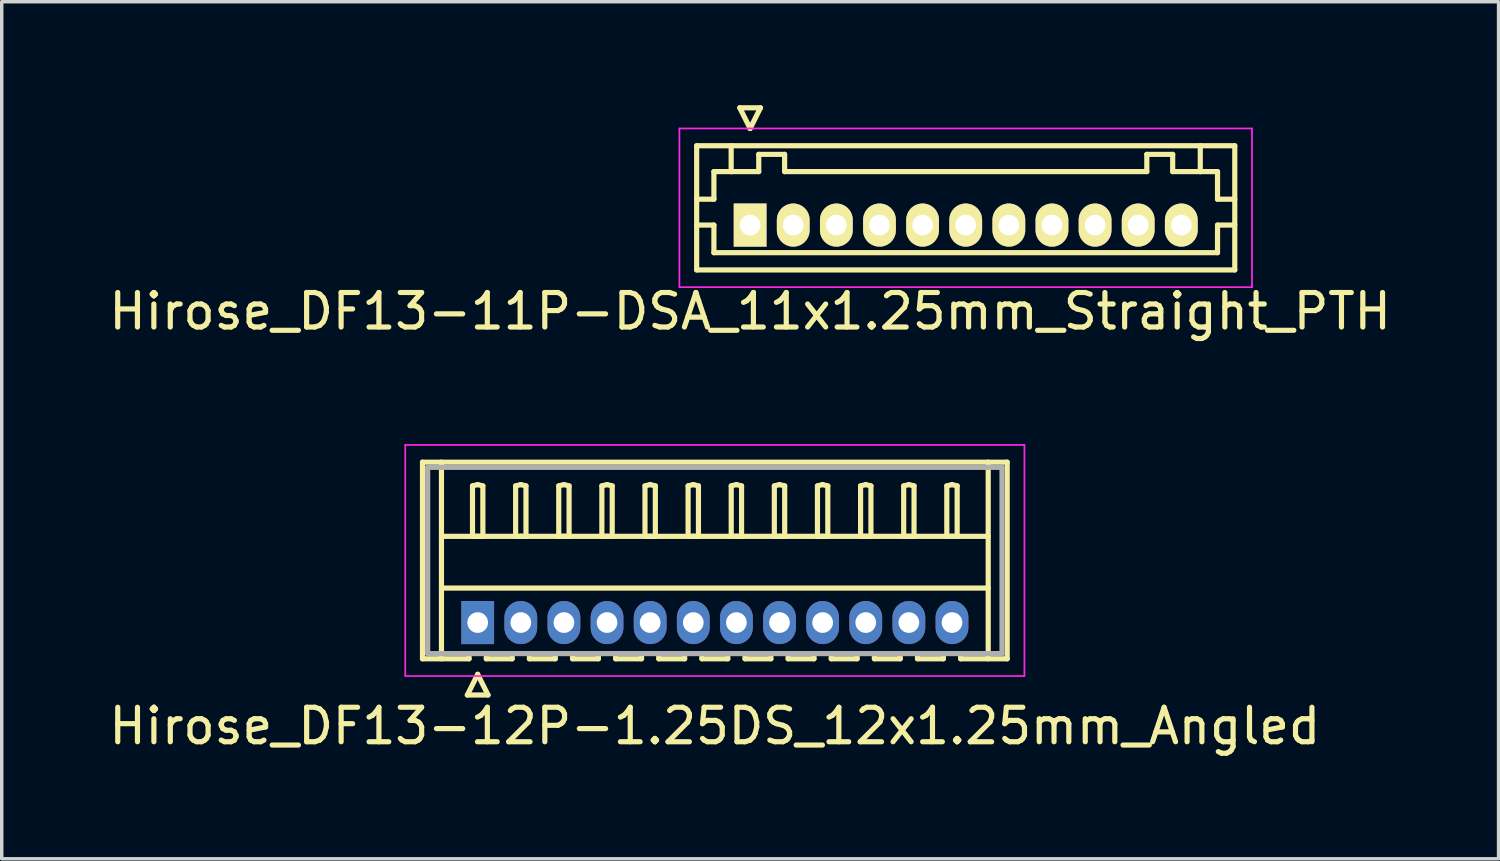
<source format=kicad_pcb>
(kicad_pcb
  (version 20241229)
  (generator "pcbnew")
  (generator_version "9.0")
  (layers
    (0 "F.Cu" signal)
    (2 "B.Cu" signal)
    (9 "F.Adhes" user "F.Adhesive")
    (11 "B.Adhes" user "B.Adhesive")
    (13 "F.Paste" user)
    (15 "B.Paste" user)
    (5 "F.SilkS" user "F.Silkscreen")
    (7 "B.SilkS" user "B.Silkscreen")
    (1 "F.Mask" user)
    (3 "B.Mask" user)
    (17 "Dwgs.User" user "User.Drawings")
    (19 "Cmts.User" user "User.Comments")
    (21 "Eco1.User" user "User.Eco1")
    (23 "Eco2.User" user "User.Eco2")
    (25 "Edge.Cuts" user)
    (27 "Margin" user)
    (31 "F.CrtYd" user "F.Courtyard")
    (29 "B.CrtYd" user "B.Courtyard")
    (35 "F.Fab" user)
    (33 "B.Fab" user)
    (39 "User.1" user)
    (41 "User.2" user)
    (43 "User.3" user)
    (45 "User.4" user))
  (footprint "Hirose_DF13-11P-DSA_11x1.25mm_Straight_PTH"
    (layer "F.Cu")
    (at 18.696 3.475)
    (property "Reference" "Hirose_DF13-11P-DSA_11x1.25mm_Straight_PTH" (at 0 2.5 0) (layer "F.SilkS") (effects (font (size 1 1) (thickness 0.15))))
    (attr through_hole)
    (fp_line (start -1.55 -2.3) (end -1.55 1.3) (stroke (width 0.15) (type solid)) (layer "F.SilkS"))
    (fp_line (start -1.55 -0.75) (end -1.05 -0.75) (stroke (width 0.15) (type solid)) (layer "F.SilkS"))
    (fp_line (start -1.55 0) (end -1.05 0) (stroke (width 0.15) (type solid)) (layer "F.SilkS"))
    (fp_line (start -1.55 1.3) (end 14.05 1.3) (stroke (width 0.15) (type solid)) (layer "F.SilkS"))
    (fp_line (start -1.05 -1.55) (end -0.55 -1.55) (stroke (width 0.15) (type solid)) (layer "F.SilkS"))
    (fp_line (start -1.05 -0.75) (end -1.05 -1.55) (stroke (width 0.15) (type solid)) (layer "F.SilkS"))
    (fp_line (start -1.05 0) (end -1.05 0.8) (stroke (width 0.15) (type solid)) (layer "F.SilkS"))
    (fp_line (start -1.05 0.8) (end 13.55 0.8) (stroke (width 0.15) (type solid)) (layer "F.SilkS"))
    (fp_line (start -0.55 -1.55) (end -0.55 -2.3) (stroke (width 0.15) (type solid)) (layer "F.SilkS"))
    (fp_line (start -0.55 -1.55) (end 0.25 -1.55) (stroke (width 0.15) (type solid)) (layer "F.SilkS"))
    (fp_line (start -0.3 -3.4) (end 0.3 -3.4) (stroke (width 0.15) (type solid)) (layer "F.SilkS"))
    (fp_line (start 0 -2.8) (end -0.3 -3.4) (stroke (width 0.15) (type solid)) (layer "F.SilkS"))
    (fp_line (start 0.25 -2.05) (end 1 -2.05) (stroke (width 0.15) (type solid)) (layer "F.SilkS"))
    (fp_line (start 0.25 -1.55) (end 0.25 -2.05) (stroke (width 0.15) (type solid)) (layer "F.SilkS"))
    (fp_line (start 0.3 -3.4) (end 0 -2.8) (stroke (width 0.15) (type solid)) (layer "F.SilkS"))
    (fp_line (start 1 -2.05) (end 1 -1.55) (stroke (width 0.15) (type solid)) (layer "F.SilkS"))
    (fp_line (start 1 -1.55) (end 11.5 -1.55) (stroke (width 0.15) (type solid)) (layer "F.SilkS"))
    (fp_line (start 11.5 -2.05) (end 12.25 -2.05) (stroke (width 0.15) (type solid)) (layer "F.SilkS"))
    (fp_line (start 11.5 -1.55) (end 11.5 -2.05) (stroke (width 0.15) (type solid)) (layer "F.SilkS"))
    (fp_line (start 12.25 -2.05) (end 12.25 -1.55) (stroke (width 0.15) (type solid)) (layer "F.SilkS"))
    (fp_line (start 12.25 -1.55) (end 13.05 -1.55) (stroke (width 0.15) (type solid)) (layer "F.SilkS"))
    (fp_line (start 13.05 -1.55) (end 13.05 -2.3) (stroke (width 0.15) (type solid)) (layer "F.SilkS"))
    (fp_line (start 13.55 -1.55) (end 13.05 -1.55) (stroke (width 0.15) (type solid)) (layer "F.SilkS"))
    (fp_line (start 13.55 -0.75) (end 13.55 -1.55) (stroke (width 0.15) (type solid)) (layer "F.SilkS"))
    (fp_line (start 13.55 0) (end 14.05 0) (stroke (width 0.15) (type solid)) (layer "F.SilkS"))
    (fp_line (start 13.55 0.8) (end 13.55 0) (stroke (width 0.15) (type solid)) (layer "F.SilkS"))
    (fp_line (start 14.05 -2.3) (end -1.55 -2.3) (stroke (width 0.15) (type solid)) (layer "F.SilkS"))
    (fp_line (start 14.05 -0.75) (end 13.55 -0.75) (stroke (width 0.15) (type solid)) (layer "F.SilkS"))
    (fp_line (start 14.05 1.3) (end 14.05 -2.3) (stroke (width 0.15) (type solid)) (layer "F.SilkS"))
    (fp_line (start -2.05 -2.8) (end -2.05 1.8) (stroke (width 0.05) (type solid)) (layer "F.CrtYd"))
    (fp_line (start -2.05 1.8) (end 14.55 1.8) (stroke (width 0.05) (type solid)) (layer "F.CrtYd"))
    (fp_line (start 14.55 -2.8) (end -2.05 -2.8) (stroke (width 0.05) (type solid)) (layer "F.CrtYd"))
    (fp_line (start 14.55 1.8) (end 14.55 -2.8) (stroke (width 0.05) (type solid)) (layer "F.CrtYd"))
    (pad "1" thru_hole rect (at 0 0) (size 0.95 1.25) (drill 0.6) (layers "*.Cu" "*.Mask" "F.SilkS"))
    (pad "2" thru_hole oval (at 1.25 0) (size 0.95 1.25) (drill 0.6) (layers "*.Cu" "*.Mask" "F.SilkS"))
    (pad "3" thru_hole oval (at 2.5 0) (size 0.95 1.25) (drill 0.6) (layers "*.Cu" "*.Mask" "F.SilkS"))
    (pad "4" thru_hole oval (at 3.75 0) (size 0.95 1.25) (drill 0.6) (layers "*.Cu" "*.Mask" "F.SilkS"))
    (pad "5" thru_hole oval (at 5 0) (size 0.95 1.25) (drill 0.6) (layers "*.Cu" "*.Mask" "F.SilkS"))
    (pad "6" thru_hole oval (at 6.25 0) (size 0.95 1.25) (drill 0.6) (layers "*.Cu" "*.Mask" "F.SilkS"))
    (pad "7" thru_hole oval (at 7.5 0) (size 0.95 1.25) (drill 0.6) (layers "*.Cu" "*.Mask" "F.SilkS"))
    (pad "8" thru_hole oval (at 8.75 0) (size 0.95 1.25) (drill 0.6) (layers "*.Cu" "*.Mask" "F.SilkS"))
    (pad "9" thru_hole oval (at 10 0) (size 0.95 1.25) (drill 0.6) (layers "*.Cu" "*.Mask" "F.SilkS"))
    (pad "10" thru_hole oval (at 11.25 0) (size 0.95 1.25) (drill 0.6) (layers "*.Cu" "*.Mask" "F.SilkS"))
    (pad "11" thru_hole oval (at 12.5 0) (size 0.95 1.25) (drill 0.6) (layers "*.Cu" "*.Mask" "F.SilkS")))
  (footprint "Hirose_DF13-12P-1.25DS_12x1.25mm_Angled"
    (layer "F.Cu")
    (at 10.798 14.998)
    (property "Reference" "Hirose_DF13-12P-1.25DS_12x1.25mm_Angled" (at 6.875 3 0) (layer "F.SilkS") (effects (font (size 1 1) (thickness 0.15))))
    (attr through_hole)
    (fp_line (start -1.6 -4.65) (end 15.35 -4.65) (stroke (width 0.15) (type solid)) (layer "F.SilkS"))
    (fp_line (start -1.6 1.05) (end -1.6 -4.65) (stroke (width 0.15) (type solid)) (layer "F.SilkS"))
    (fp_line (start -1.05 -4.65) (end -1.05 1.05) (stroke (width 0.15) (type solid)) (layer "F.SilkS"))
    (fp_line (start -1.05 -2.5) (end 14.8 -2.5) (stroke (width 0.15) (type solid)) (layer "F.SilkS"))
    (fp_line (start -1.05 -1) (end 14.8 -1) (stroke (width 0.15) (type solid)) (layer "F.SilkS"))
    (fp_line (start -0.3 2.1) (end 0.3 2.1) (stroke (width 0.15) (type solid)) (layer "F.SilkS"))
    (fp_line (start -0.25 0.9) (end -0.25 1.05) (stroke (width 0.15) (type solid)) (layer "F.SilkS"))
    (fp_line (start -0.25 1.05) (end -1.6 1.05) (stroke (width 0.15) (type solid)) (layer "F.SilkS"))
    (fp_line (start -0.15 -3.962) (end 0 -4) (stroke (width 0.15) (type solid)) (layer "F.SilkS"))
    (fp_line (start -0.15 -2.5) (end -0.15 -3.962) (stroke (width 0.15) (type solid)) (layer "F.SilkS"))
    (fp_line (start 0 -4) (end 0.15 -3.962) (stroke (width 0.15) (type solid)) (layer "F.SilkS"))
    (fp_line (start 0 -2.5) (end -0.15 -2.5) (stroke (width 0.15) (type solid)) (layer "F.SilkS"))
    (fp_line (start 0 1.5) (end -0.3 2.1) (stroke (width 0.15) (type solid)) (layer "F.SilkS"))
    (fp_line (start 0.15 -3.962) (end 0.15 -2.5) (stroke (width 0.15) (type solid)) (layer "F.SilkS"))
    (fp_line (start 0.15 -2.5) (end 0 -2.5) (stroke (width 0.15) (type solid)) (layer "F.SilkS"))
    (fp_line (start 0.25 0.9) (end 0.25 1.05) (stroke (width 0.15) (type solid)) (layer "F.SilkS"))
    (fp_line (start 0.25 1.05) (end 1 1.05) (stroke (width 0.15) (type solid)) (layer "F.SilkS"))
    (fp_line (start 0.3 2.1) (end 0 1.5) (stroke (width 0.15) (type solid)) (layer "F.SilkS"))
    (fp_line (start 1 1.05) (end 1 0.9) (stroke (width 0.15) (type solid)) (layer "F.SilkS"))
    (fp_line (start 1.1 -3.962) (end 1.25 -4) (stroke (width 0.15) (type solid)) (layer "F.SilkS"))
    (fp_line (start 1.1 -2.5) (end 1.1 -3.962) (stroke (width 0.15) (type solid)) (layer "F.SilkS"))
    (fp_line (start 1.25 -4) (end 1.4 -3.962) (stroke (width 0.15) (type solid)) (layer "F.SilkS"))
    (fp_line (start 1.25 -2.5) (end 1.1 -2.5) (stroke (width 0.15) (type solid)) (layer "F.SilkS"))
    (fp_line (start 1.4 -3.962) (end 1.4 -2.5) (stroke (width 0.15) (type solid)) (layer "F.SilkS"))
    (fp_line (start 1.4 -2.5) (end 1.25 -2.5) (stroke (width 0.15) (type solid)) (layer "F.SilkS"))
    (fp_line (start 1.5 0.9) (end 1.5 1.05) (stroke (width 0.15) (type solid)) (layer "F.SilkS"))
    (fp_line (start 1.5 1.05) (end 2.25 1.05) (stroke (width 0.15) (type solid)) (layer "F.SilkS"))
    (fp_line (start 2.25 1.05) (end 2.25 0.9) (stroke (width 0.15) (type solid)) (layer "F.SilkS"))
    (fp_line (start 2.35 -3.962) (end 2.5 -4) (stroke (width 0.15) (type solid)) (layer "F.SilkS"))
    (fp_line (start 2.35 -2.5) (end 2.35 -3.962) (stroke (width 0.15) (type solid)) (layer "F.SilkS"))
    (fp_line (start 2.5 -4) (end 2.65 -3.962) (stroke (width 0.15) (type solid)) (layer "F.SilkS"))
    (fp_line (start 2.5 -2.5) (end 2.35 -2.5) (stroke (width 0.15) (type solid)) (layer "F.SilkS"))
    (fp_line (start 2.65 -3.962) (end 2.65 -2.5) (stroke (width 0.15) (type solid)) (layer "F.SilkS"))
    (fp_line (start 2.65 -2.5) (end 2.5 -2.5) (stroke (width 0.15) (type solid)) (layer "F.SilkS"))
    (fp_line (start 2.75 0.9) (end 2.75 1.05) (stroke (width 0.15) (type solid)) (layer "F.SilkS"))
    (fp_line (start 2.75 1.05) (end 3.5 1.05) (stroke (width 0.15) (type solid)) (layer "F.SilkS"))
    (fp_line (start 3.5 1.05) (end 3.5 0.9) (stroke (width 0.15) (type solid)) (layer "F.SilkS"))
    (fp_line (start 3.6 -3.962) (end 3.75 -4) (stroke (width 0.15) (type solid)) (layer "F.SilkS"))
    (fp_line (start 3.6 -2.5) (end 3.6 -3.962) (stroke (width 0.15) (type solid)) (layer "F.SilkS"))
    (fp_line (start 3.75 -4) (end 3.9 -3.962) (stroke (width 0.15) (type solid)) (layer "F.SilkS"))
    (fp_line (start 3.75 -2.5) (end 3.6 -2.5) (stroke (width 0.15) (type solid)) (layer "F.SilkS"))
    (fp_line (start 3.9 -3.962) (end 3.9 -2.5) (stroke (width 0.15) (type solid)) (layer "F.SilkS"))
    (fp_line (start 3.9 -2.5) (end 3.75 -2.5) (stroke (width 0.15) (type solid)) (layer "F.SilkS"))
    (fp_line (start 4 0.9) (end 4 1.05) (stroke (width 0.15) (type solid)) (layer "F.SilkS"))
    (fp_line (start 4 1.05) (end 4.75 1.05) (stroke (width 0.15) (type solid)) (layer "F.SilkS"))
    (fp_line (start 4.75 1.05) (end 4.75 0.9) (stroke (width 0.15) (type solid)) (layer "F.SilkS"))
    (fp_line (start 4.85 -3.962) (end 5 -4) (stroke (width 0.15) (type solid)) (layer "F.SilkS"))
    (fp_line (start 4.85 -2.5) (end 4.85 -3.962) (stroke (width 0.15) (type solid)) (layer "F.SilkS"))
    (fp_line (start 5 -4) (end 5.15 -3.962) (stroke (width 0.15) (type solid)) (layer "F.SilkS"))
    (fp_line (start 5 -2.5) (end 4.85 -2.5) (stroke (width 0.15) (type solid)) (layer "F.SilkS"))
    (fp_line (start 5.15 -3.962) (end 5.15 -2.5) (stroke (width 0.15) (type solid)) (layer "F.SilkS"))
    (fp_line (start 5.15 -2.5) (end 5 -2.5) (stroke (width 0.15) (type solid)) (layer "F.SilkS"))
    (fp_line (start 5.25 0.9) (end 5.25 1.05) (stroke (width 0.15) (type solid)) (layer "F.SilkS"))
    (fp_line (start 5.25 1.05) (end 6 1.05) (stroke (width 0.15) (type solid)) (layer "F.SilkS"))
    (fp_line (start 6 1.05) (end 6 0.9) (stroke (width 0.15) (type solid)) (layer "F.SilkS"))
    (fp_line (start 6.1 -3.962) (end 6.25 -4) (stroke (width 0.15) (type solid)) (layer "F.SilkS"))
    (fp_line (start 6.1 -2.5) (end 6.1 -3.962) (stroke (width 0.15) (type solid)) (layer "F.SilkS"))
    (fp_line (start 6.25 -4) (end 6.4 -3.962) (stroke (width 0.15) (type solid)) (layer "F.SilkS"))
    (fp_line (start 6.25 -2.5) (end 6.1 -2.5) (stroke (width 0.15) (type solid)) (layer "F.SilkS"))
    (fp_line (start 6.4 -3.962) (end 6.4 -2.5) (stroke (width 0.15) (type solid)) (layer "F.SilkS"))
    (fp_line (start 6.4 -2.5) (end 6.25 -2.5) (stroke (width 0.15) (type solid)) (layer "F.SilkS"))
    (fp_line (start 6.5 0.9) (end 6.5 1.05) (stroke (width 0.15) (type solid)) (layer "F.SilkS"))
    (fp_line (start 6.5 1.05) (end 7.25 1.05) (stroke (width 0.15) (type solid)) (layer "F.SilkS"))
    (fp_line (start 7.25 1.05) (end 7.25 0.9) (stroke (width 0.15) (type solid)) (layer "F.SilkS"))
    (fp_line (start 7.35 -3.962) (end 7.5 -4) (stroke (width 0.15) (type solid)) (layer "F.SilkS"))
    (fp_line (start 7.35 -2.5) (end 7.35 -3.962) (stroke (width 0.15) (type solid)) (layer "F.SilkS"))
    (fp_line (start 7.5 -4) (end 7.65 -3.962) (stroke (width 0.15) (type solid)) (layer "F.SilkS"))
    (fp_line (start 7.5 -2.5) (end 7.35 -2.5) (stroke (width 0.15) (type solid)) (layer "F.SilkS"))
    (fp_line (start 7.65 -3.962) (end 7.65 -2.5) (stroke (width 0.15) (type solid)) (layer "F.SilkS"))
    (fp_line (start 7.65 -2.5) (end 7.5 -2.5) (stroke (width 0.15) (type solid)) (layer "F.SilkS"))
    (fp_line (start 7.75 0.9) (end 7.75 1.05) (stroke (width 0.15) (type solid)) (layer "F.SilkS"))
    (fp_line (start 7.75 1.05) (end 8.5 1.05) (stroke (width 0.15) (type solid)) (layer "F.SilkS"))
    (fp_line (start 8.5 1.05) (end 8.5 0.9) (stroke (width 0.15) (type solid)) (layer "F.SilkS"))
    (fp_line (start 8.6 -3.962) (end 8.75 -4) (stroke (width 0.15) (type solid)) (layer "F.SilkS"))
    (fp_line (start 8.6 -2.5) (end 8.6 -3.962) (stroke (width 0.15) (type solid)) (layer "F.SilkS"))
    (fp_line (start 8.75 -4) (end 8.9 -3.962) (stroke (width 0.15) (type solid)) (layer "F.SilkS"))
    (fp_line (start 8.75 -2.5) (end 8.6 -2.5) (stroke (width 0.15) (type solid)) (layer "F.SilkS"))
    (fp_line (start 8.9 -3.962) (end 8.9 -2.5) (stroke (width 0.15) (type solid)) (layer "F.SilkS"))
    (fp_line (start 8.9 -2.5) (end 8.75 -2.5) (stroke (width 0.15) (type solid)) (layer "F.SilkS"))
    (fp_line (start 9 0.9) (end 9 1.05) (stroke (width 0.15) (type solid)) (layer "F.SilkS"))
    (fp_line (start 9 1.05) (end 9.75 1.05) (stroke (width 0.15) (type solid)) (layer "F.SilkS"))
    (fp_line (start 9.75 1.05) (end 9.75 0.9) (stroke (width 0.15) (type solid)) (layer "F.SilkS"))
    (fp_line (start 9.85 -3.962) (end 10 -4) (stroke (width 0.15) (type solid)) (layer "F.SilkS"))
    (fp_line (start 9.85 -2.5) (end 9.85 -3.962) (stroke (width 0.15) (type solid)) (layer "F.SilkS"))
    (fp_line (start 10 -4) (end 10.15 -3.962) (stroke (width 0.15) (type solid)) (layer "F.SilkS"))
    (fp_line (start 10 -2.5) (end 9.85 -2.5) (stroke (width 0.15) (type solid)) (layer "F.SilkS"))
    (fp_line (start 10.15 -3.962) (end 10.15 -2.5) (stroke (width 0.15) (type solid)) (layer "F.SilkS"))
    (fp_line (start 10.15 -2.5) (end 10 -2.5) (stroke (width 0.15) (type solid)) (layer "F.SilkS"))
    (fp_line (start 10.25 0.9) (end 10.25 1.05) (stroke (width 0.15) (type solid)) (layer "F.SilkS"))
    (fp_line (start 10.25 1.05) (end 11 1.05) (stroke (width 0.15) (type solid)) (layer "F.SilkS"))
    (fp_line (start 11 1.05) (end 11 0.9) (stroke (width 0.15) (type solid)) (layer "F.SilkS"))
    (fp_line (start 11.1 -3.962) (end 11.25 -4) (stroke (width 0.15) (type solid)) (layer "F.SilkS"))
    (fp_line (start 11.1 -2.5) (end 11.1 -3.962) (stroke (width 0.15) (type solid)) (layer "F.SilkS"))
    (fp_line (start 11.25 -4) (end 11.4 -3.962) (stroke (width 0.15) (type solid)) (layer "F.SilkS"))
    (fp_line (start 11.25 -2.5) (end 11.1 -2.5) (stroke (width 0.15) (type solid)) (layer "F.SilkS"))
    (fp_line (start 11.4 -3.962) (end 11.4 -2.5) (stroke (width 0.15) (type solid)) (layer "F.SilkS"))
    (fp_line (start 11.4 -2.5) (end 11.25 -2.5) (stroke (width 0.15) (type solid)) (layer "F.SilkS"))
    (fp_line (start 11.5 0.9) (end 11.5 1.05) (stroke (width 0.15) (type solid)) (layer "F.SilkS"))
    (fp_line (start 11.5 1.05) (end 12.25 1.05) (stroke (width 0.15) (type solid)) (layer "F.SilkS"))
    (fp_line (start 12.25 1.05) (end 12.25 0.9) (stroke (width 0.15) (type solid)) (layer "F.SilkS"))
    (fp_line (start 12.35 -3.962) (end 12.5 -4) (stroke (width 0.15) (type solid)) (layer "F.SilkS"))
    (fp_line (start 12.35 -2.5) (end 12.35 -3.962) (stroke (width 0.15) (type solid)) (layer "F.SilkS"))
    (fp_line (start 12.5 -4) (end 12.65 -3.962) (stroke (width 0.15) (type solid)) (layer "F.SilkS"))
    (fp_line (start 12.5 -2.5) (end 12.35 -2.5) (stroke (width 0.15) (type solid)) (layer "F.SilkS"))
    (fp_line (start 12.65 -3.962) (end 12.65 -2.5) (stroke (width 0.15) (type solid)) (layer "F.SilkS"))
    (fp_line (start 12.65 -2.5) (end 12.5 -2.5) (stroke (width 0.15) (type solid)) (layer "F.SilkS"))
    (fp_line (start 12.75 0.9) (end 12.75 1.05) (stroke (width 0.15) (type solid)) (layer "F.SilkS"))
    (fp_line (start 12.75 1.05) (end 13.5 1.05) (stroke (width 0.15) (type solid)) (layer "F.SilkS"))
    (fp_line (start 13.5 1.05) (end 13.5 0.9) (stroke (width 0.15) (type solid)) (layer "F.SilkS"))
    (fp_line (start 13.6 -3.962) (end 13.75 -4) (stroke (width 0.15) (type solid)) (layer "F.SilkS"))
    (fp_line (start 13.6 -2.5) (end 13.6 -3.962) (stroke (width 0.15) (type solid)) (layer "F.SilkS"))
    (fp_line (start 13.75 -4) (end 13.9 -3.962) (stroke (width 0.15) (type solid)) (layer "F.SilkS"))
    (fp_line (start 13.75 -2.5) (end 13.6 -2.5) (stroke (width 0.15) (type solid)) (layer "F.SilkS"))
    (fp_line (start 13.9 -3.962) (end 13.9 -2.5) (stroke (width 0.15) (type solid)) (layer "F.SilkS"))
    (fp_line (start 13.9 -2.5) (end 13.75 -2.5) (stroke (width 0.15) (type solid)) (layer "F.SilkS"))
    (fp_line (start 14 1.05) (end 14 0.9) (stroke (width 0.15) (type solid)) (layer "F.SilkS"))
    (fp_line (start 14.8 -4.65) (end 14.8 1.05) (stroke (width 0.15) (type solid)) (layer "F.SilkS"))
    (fp_line (start 15.35 -4.65) (end 15.35 1.05) (stroke (width 0.15) (type solid)) (layer "F.SilkS"))
    (fp_line (start 15.35 1.05) (end 14 1.05) (stroke (width 0.15) (type solid)) (layer "F.SilkS"))
    (fp_line (start -2.1 -5.15) (end -2.1 1.55) (stroke (width 0.05) (type solid)) (layer "F.CrtYd"))
    (fp_line (start -2.1 1.55) (end 15.85 1.55) (stroke (width 0.05) (type solid)) (layer "F.CrtYd"))
    (fp_line (start 15.85 -5.15) (end -2.1 -5.15) (stroke (width 0.05) (type solid)) (layer "F.CrtYd"))
    (fp_line (start 15.85 1.55) (end 15.85 -5.15) (stroke (width 0.05) (type solid)) (layer "F.CrtYd"))
    (fp_line (start -1.45 -4.5) (end -1.45 0.9) (stroke (width 0.15) (type solid)) (layer "F.Fab"))
    (fp_line (start -1.45 0.9) (end 15.2 0.9) (stroke (width 0.15) (type solid)) (layer "F.Fab"))
    (fp_line (start 15.2 -4.5) (end -1.45 -4.5) (stroke (width 0.15) (type solid)) (layer "F.Fab"))
    (fp_line (start 15.2 0.9) (end 15.2 -4.5) (stroke (width 0.15) (type solid)) (layer "F.Fab"))
    (pad "1" thru_hole rect (at 0 0) (size 0.95 1.25) (drill 0.6) (layers "*.Cu" "*.Mask"))
    (pad "2" thru_hole oval (at 1.25 0) (size 0.95 1.25) (drill 0.6) (layers "*.Cu" "*.Mask"))
    (pad "3" thru_hole oval (at 2.5 0) (size 0.95 1.25) (drill 0.6) (layers "*.Cu" "*.Mask"))
    (pad "4" thru_hole oval (at 3.75 0) (size 0.95 1.25) (drill 0.6) (layers "*.Cu" "*.Mask"))
    (pad "5" thru_hole oval (at 5 0) (size 0.95 1.25) (drill 0.6) (layers "*.Cu" "*.Mask"))
    (pad "6" thru_hole oval (at 6.25 0) (size 0.95 1.25) (drill 0.6) (layers "*.Cu" "*.Mask"))
    (pad "7" thru_hole oval (at 7.5 0) (size 0.95 1.25) (drill 0.6) (layers "*.Cu" "*.Mask"))
    (pad "8" thru_hole oval (at 8.75 0) (size 0.95 1.25) (drill 0.6) (layers "*.Cu" "*.Mask"))
    (pad "9" thru_hole oval (at 10 0) (size 0.95 1.25) (drill 0.6) (layers "*.Cu" "*.Mask"))
    (pad "10" thru_hole oval (at 11.25 0) (size 0.95 1.25) (drill 0.6) (layers "*.Cu" "*.Mask"))
    (pad "11" thru_hole oval (at 12.5 0) (size 0.95 1.25) (drill 0.6) (layers "*.Cu" "*.Mask"))
    (pad "12" thru_hole oval (at 13.75 0) (size 0.95 1.25) (drill 0.6) (layers "*.Cu" "*.Mask")))
  (gr_rect
    (start -3 -3)
    (end 40.393 21.846)
    (stroke (width 0.1) (type default))
    (fill no)
    (layer "Edge.Cuts")))
</source>
